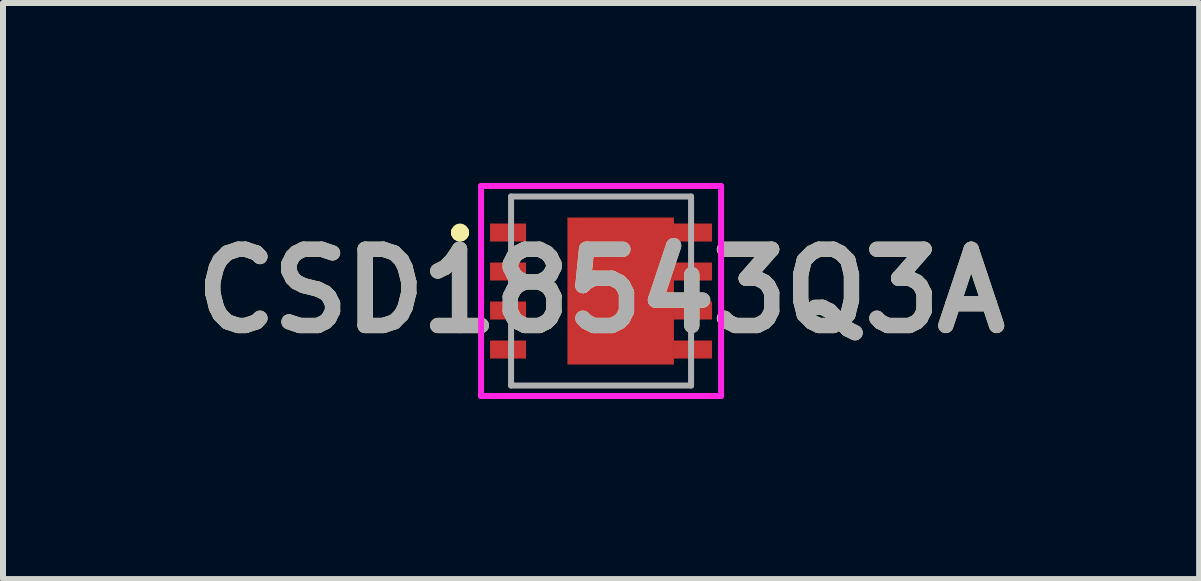
<source format=kicad_pcb>
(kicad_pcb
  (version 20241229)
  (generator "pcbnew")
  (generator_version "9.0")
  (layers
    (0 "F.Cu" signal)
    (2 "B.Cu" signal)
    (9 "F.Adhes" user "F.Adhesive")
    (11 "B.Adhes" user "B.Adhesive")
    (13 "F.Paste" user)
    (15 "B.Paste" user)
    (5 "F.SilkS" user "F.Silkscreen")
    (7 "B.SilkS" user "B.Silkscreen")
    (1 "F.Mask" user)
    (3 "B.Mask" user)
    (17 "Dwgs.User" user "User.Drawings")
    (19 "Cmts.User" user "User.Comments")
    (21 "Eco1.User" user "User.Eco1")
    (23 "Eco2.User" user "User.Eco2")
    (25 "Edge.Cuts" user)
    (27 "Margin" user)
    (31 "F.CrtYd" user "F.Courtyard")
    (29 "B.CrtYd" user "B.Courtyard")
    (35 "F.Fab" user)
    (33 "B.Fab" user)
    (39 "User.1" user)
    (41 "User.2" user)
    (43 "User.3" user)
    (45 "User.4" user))
  (footprint "CSD18543Q3A"
    (placed yes)
    (layer "F.Cu")
    (at 6.967 1.8)
    (property "Reference" "CSD18543Q3A" (at 0 0 0) (layer "F.SilkS") (effects (font (size 1.27 1.27) (thickness 0.254))))
    (attr smd)
    (fp_line (start -2.4 -0.975) (end -2.4 -0.975) (stroke (width 0.2) (type solid)) (layer "F.SilkS"))
    (fp_line (start -2.4 -0.975) (end -2.4 -0.975) (stroke (width 0.2) (type solid)) (layer "F.SilkS"))
    (fp_line (start -2.3 -0.975) (end -2.3 -0.975) (stroke (width 0.2) (type solid)) (layer "F.SilkS"))
    (fp_arc (start -2.4 -0.975) (mid -2.35 -1.025) (end -2.3 -0.975) (stroke (width 0.2) (type solid)) (layer "F.SilkS"))
    (fp_arc (start -2.3 -0.975) (mid -2.35 -0.925) (end -2.4 -0.975) (stroke (width 0.2) (type solid)) (layer "F.SilkS"))
    (fp_arc (start -2.3 -0.975) (mid -2.35 -0.925) (end -2.4 -0.975) (stroke (width 0.2) (type solid)) (layer "F.SilkS"))
    (fp_line (start -2 -1.75) (end 2 -1.75) (stroke (width 0.1) (type solid)) (layer "F.CrtYd"))
    (fp_line (start -2 1.75) (end -2 -1.75) (stroke (width 0.1) (type solid)) (layer "F.CrtYd"))
    (fp_line (start 2 -1.75) (end 2 1.75) (stroke (width 0.1) (type solid)) (layer "F.CrtYd"))
    (fp_line (start 2 1.75) (end -2 1.75) (stroke (width 0.1) (type solid)) (layer "F.CrtYd"))
    (fp_line (start -1.5 -1.575) (end -1.5 1.575) (stroke (width 0.1) (type solid)) (layer "F.Fab"))
    (fp_line (start -1.5 1.575) (end 1.5 1.575) (stroke (width 0.1) (type solid)) (layer "F.Fab"))
    (fp_line (start 1.5 -1.575) (end -1.5 -1.575) (stroke (width 0.1) (type solid)) (layer "F.Fab"))
    (fp_line (start 1.5 1.575) (end 1.5 -1.575) (stroke (width 0.1) (type solid)) (layer "F.Fab"))
    (fp_text user "${REFERENCE}" (at 0 0 0) (layer "F.Fab") (effects (font (size 1.27 1.27) (thickness 0.254))))
    (pad "1" smd rect (at -1.55 -0.975 90) (size 0.3 0.6) (layers "F.Cu" "F.Mask" "F.Paste"))
    (pad "2" smd rect (at -1.55 -0.325 90) (size 0.3 0.6) (layers "F.Cu" "F.Mask" "F.Paste"))
    (pad "3" smd rect (at -1.55 0.325 90) (size 0.3 0.6) (layers "F.Cu" "F.Mask" "F.Paste"))
    (pad "4" smd rect (at -1.55 0.975 90) (size 0.3 0.6) (layers "F.Cu" "F.Mask" "F.Paste"))
    (pad "5" smd rect (at 1.532 0.975 90) (size 0.3 0.635) (layers "F.Cu" "F.Mask" "F.Paste"))
    (pad "6" smd rect (at 1.532 0.325 90) (size 0.3 0.635) (layers "F.Cu" "F.Mask" "F.Paste"))
    (pad "7" smd rect (at 1.532 -0.325 90) (size 0.3 0.635) (layers "F.Cu" "F.Mask" "F.Paste"))
    (pad "8" smd rect (at 1.532 -0.975 90) (size 0.3 0.635) (layers "F.Cu" "F.Mask" "F.Paste"))
    (pad "9" smd rect (at 0.327 0) (size 1.775 2.45) (layers "F.Cu" "F.Mask" "F.Paste")))
  (gr_rect
    (start -3 -3)
    (end 16.934 6.6)
    (stroke (width 0.1) (type default))
    (fill no)
    (layer "Edge.Cuts")))
</source>
